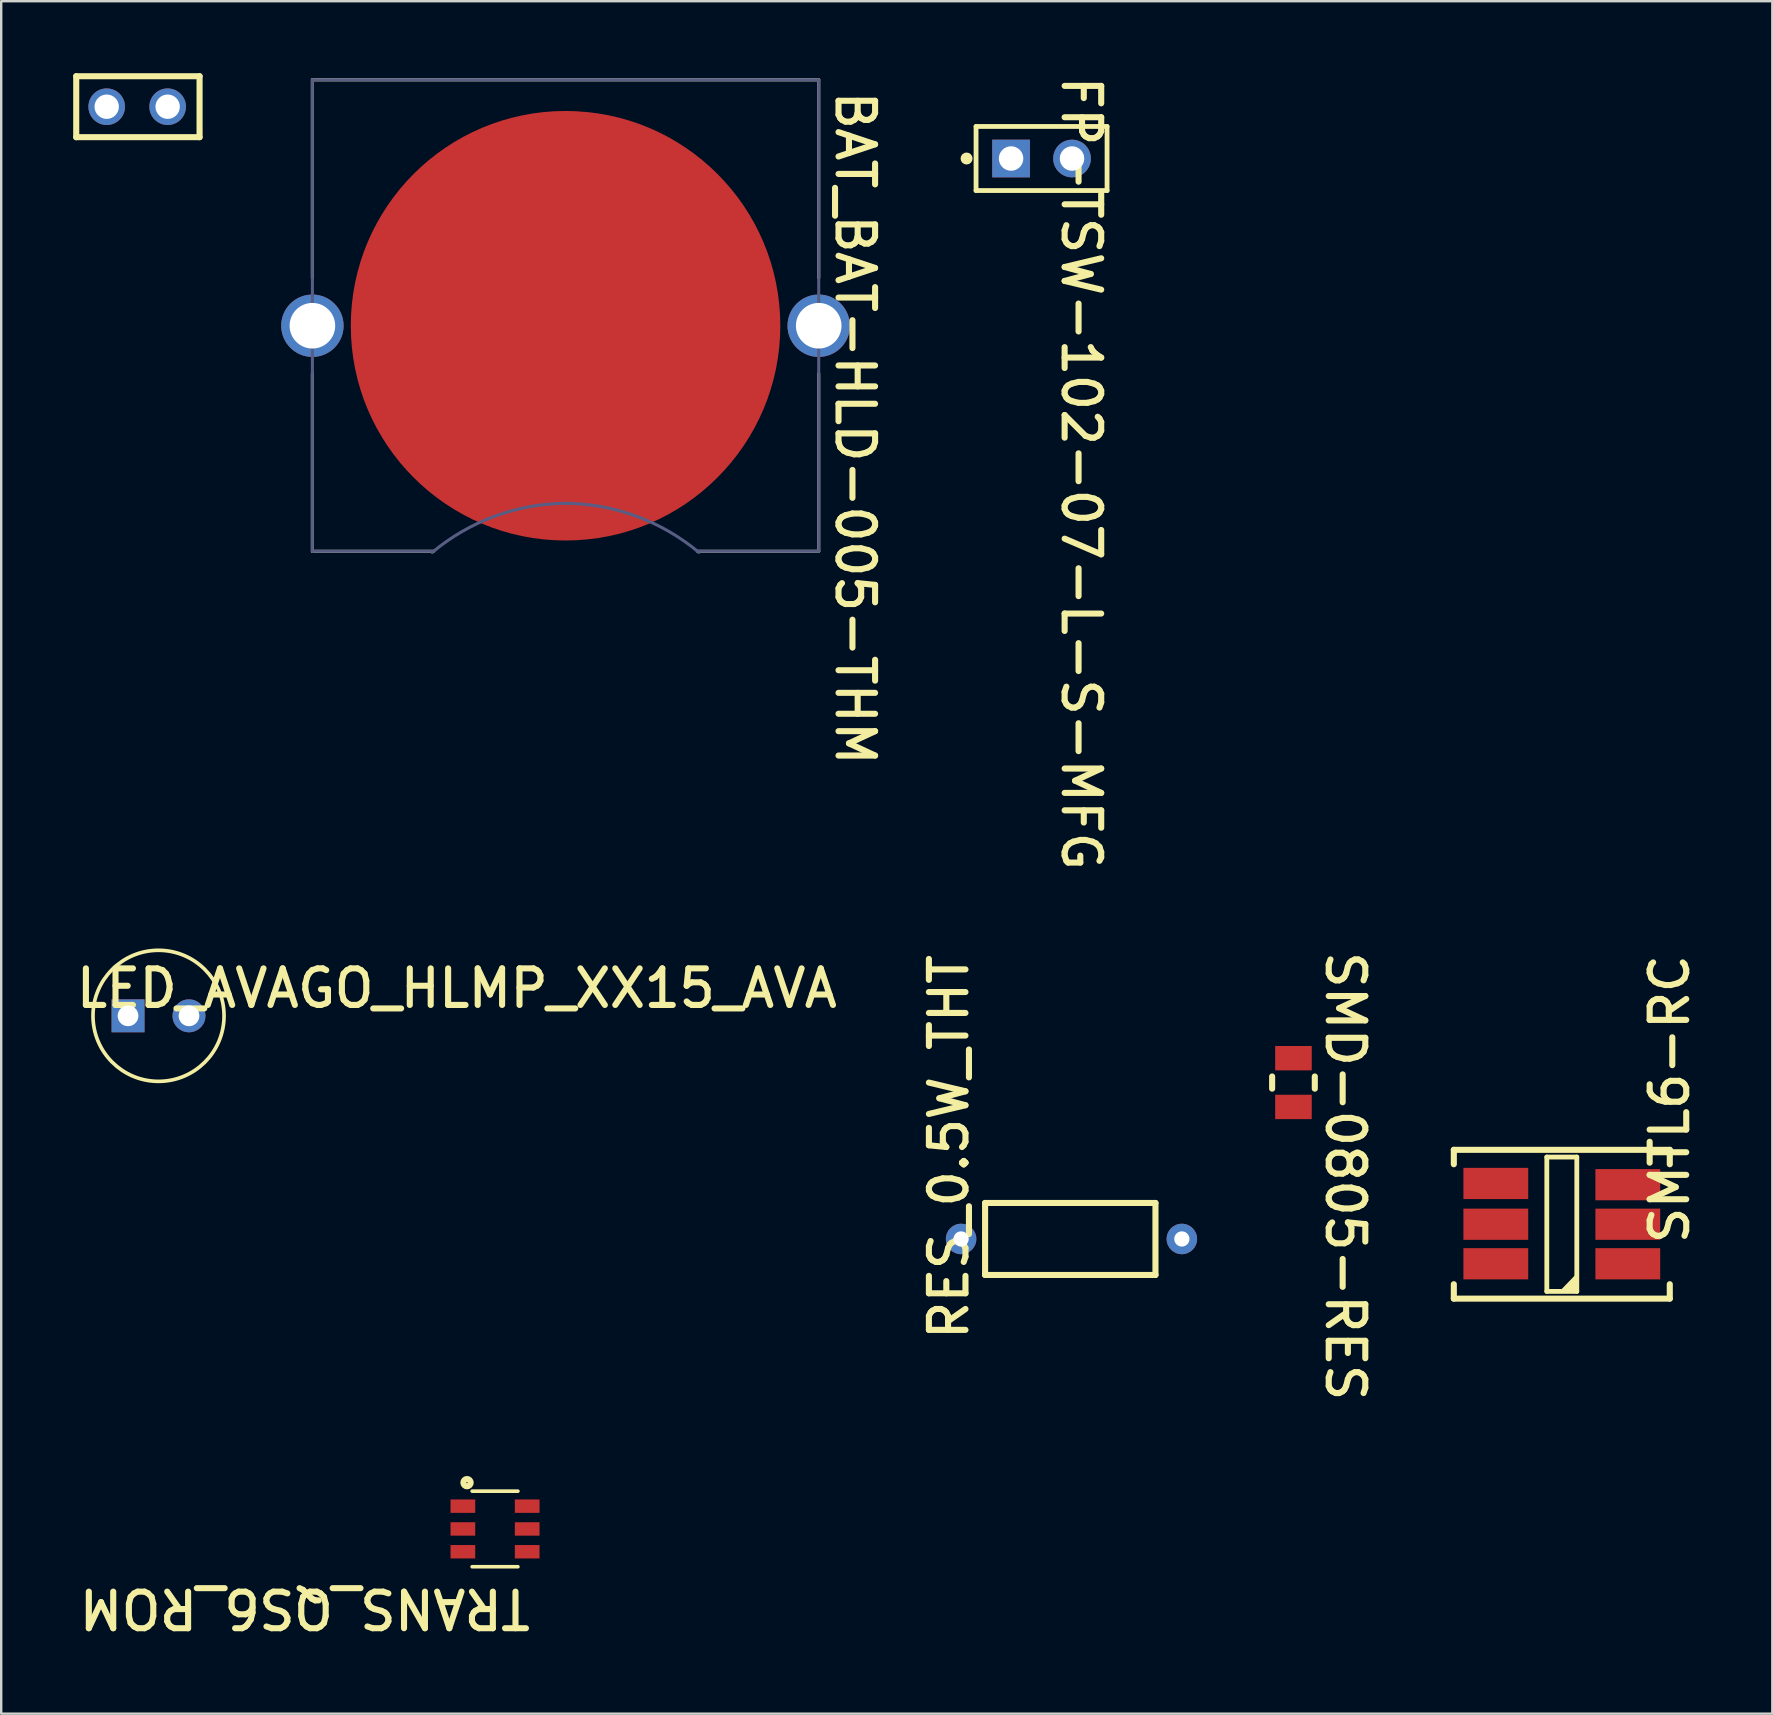
<source format=kicad_pcb>
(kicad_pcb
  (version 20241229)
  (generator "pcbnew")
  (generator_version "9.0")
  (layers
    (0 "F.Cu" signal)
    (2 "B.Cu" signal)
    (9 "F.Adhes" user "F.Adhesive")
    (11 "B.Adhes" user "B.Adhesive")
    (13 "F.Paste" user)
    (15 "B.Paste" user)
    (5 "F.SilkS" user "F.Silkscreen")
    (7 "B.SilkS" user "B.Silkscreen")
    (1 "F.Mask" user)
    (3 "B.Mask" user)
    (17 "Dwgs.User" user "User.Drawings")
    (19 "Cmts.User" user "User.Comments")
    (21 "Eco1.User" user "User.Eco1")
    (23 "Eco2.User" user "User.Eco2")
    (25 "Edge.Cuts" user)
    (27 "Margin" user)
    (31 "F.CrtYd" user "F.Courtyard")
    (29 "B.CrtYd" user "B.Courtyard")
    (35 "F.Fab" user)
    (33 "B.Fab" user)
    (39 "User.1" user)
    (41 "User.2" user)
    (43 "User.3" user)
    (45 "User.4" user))
  (footprint "SMTL6-RC"
    (layer "F.Cu")
    (at 62.037 47.969)
    (property "Reference" "SMTL6-RC" (at 5.385 0.94 90) (unlocked yes) (layer "F.SilkS") (effects (font (size 1.524 1.524) (thickness 0.254)) (justify left bottom)))
    (fp_line (start -4.5 -3.1) (end 4.5 -3.1) (stroke (width 0.254) (type solid)) (layer "F.SilkS"))
    (fp_line (start -4.5 -2.5) (end -4.5 -3.1) (stroke (width 0.254) (type solid)) (layer "F.SilkS"))
    (fp_line (start -4.5 3.1) (end -4.5 2.5) (stroke (width 0.254) (type solid)) (layer "F.SilkS"))
    (fp_line (start -4.5 3.1) (end 4.5 3.1) (stroke (width 0.254) (type solid)) (layer "F.SilkS"))
    (fp_line (start -0.625 -2.8) (end 0.625 -2.8) (stroke (width 0.2) (type solid)) (layer "F.SilkS"))
    (fp_line (start -0.625 2.8) (end -0.625 -2.8) (stroke (width 0.2) (type solid)) (layer "F.SilkS"))
    (fp_line (start -0.625 2.8) (end 0.625 2.8) (stroke (width 0.2) (type solid)) (layer "F.SilkS"))
    (fp_line (start 0.625 2.8) (end 0.625 -2.8) (stroke (width 0.2) (type solid)) (layer "F.SilkS"))
    (fp_line (start 4.5 -2.5) (end 4.5 -3.1) (stroke (width 0.254) (type solid)) (layer "F.SilkS"))
    (fp_line (start 4.5 3.1) (end 4.5 2.5) (stroke (width 0.254) (type solid)) (layer "F.SilkS"))
    (fp_poly (pts (xy 0.625 2.8) (xy -0.125 2.8) (xy -0.1 2.8) (xy 0.6 2.075) (xy 0.625 2.075)) (stroke (width 0) (type default)) (fill yes) (layer "F.SilkS"))
    (fp_line (start -3.075 -3.05) (end 3.075 -3.05) (stroke (width 0.05) (type solid)) (layer "Eco1.User"))
    (fp_line (start -3.075 3.05) (end -3.075 -3.05) (stroke (width 0.05) (type solid)) (layer "Eco1.User"))
    (fp_line (start -3.075 3.05) (end 3.075 3.05) (stroke (width 0.05) (type solid)) (layer "Eco1.User"))
    (fp_line (start -0.5 0) (end 0.5 0) (stroke (width 0.1) (type solid)) (layer "Eco1.User"))
    (fp_line (start 0 0.5) (end 0 -0.5) (stroke (width 0.1) (type solid)) (layer "Eco1.User"))
    (fp_line (start 3.075 3.05) (end 3.075 -3.05) (stroke (width 0.05) (type solid)) (layer "Eco1.User"))
    (pad "1" smd rect (at -2.75 1.648 270) (size 1.3 2.7) (layers "F.Cu" "F.Mask" "F.Paste"))
    (pad "2" smd rect (at 2.75 1.648 270) (size 1.3 2.7) (layers "F.Cu" "F.Mask" "F.Paste"))
    (pad "3" smd rect (at -2.75 0 270) (size 1.3 2.7) (layers "F.Cu" "F.Mask" "F.Paste"))
    (pad "4" smd rect (at 2.75 0 270) (size 1.3 2.7) (layers "F.Cu" "F.Mask" "F.Paste"))
    (pad "5" smd rect (at -2.75 -1.699 270) (size 1.3 2.7) (layers "F.Cu" "F.Mask" "F.Paste"))
    (pad "6" smd rect (at 2.75 -1.648 270) (size 1.3 2.7) (layers "F.Cu" "F.Mask" "F.Paste")))
  (footprint "BAT_BAT-HLD-005-THM"
    (layer "F.Cu")
    (at 20.519 10.525)
    (property "Reference" "BAT_BAT-HLD-005-THM" (at 11.176 -9.905 270) (unlocked yes) (layer "F.SilkS") (effects (font (size 1.524 1.524) (thickness 0.254)) (justify left bottom)))
    (fp_line (start -10.55 -10.25) (end -10.55 -2) (stroke (width 0.127) (type solid)) (layer "F.SilkS"))
    (fp_line (start -10.55 -10.25) (end 10.55 -10.25) (stroke (width 0.127) (type solid)) (layer "F.SilkS"))
    (fp_line (start -10.55 2) (end -10.55 9.4) (stroke (width 0.127) (type solid)) (layer "F.SilkS"))
    (fp_line (start -10.55 9.4) (end -5.5 9.4) (stroke (width 0.127) (type solid)) (layer "F.SilkS"))
    (fp_line (start 5.5 9.4) (end 10.55 9.4) (stroke (width 0.127) (type solid)) (layer "F.SilkS"))
    (fp_line (start 10.55 -10.25) (end 10.55 -2) (stroke (width 0.127) (type solid)) (layer "F.SilkS"))
    (fp_line (start 10.55 2) (end 10.55 9.4) (stroke (width 0.127) (type solid)) (layer "F.SilkS"))
    (fp_line (start -12.1 -10.5) (end -12.1 9.65) (stroke (width 0.05) (type solid)) (layer "Eco1.User"))
    (fp_line (start -12.1 -10.5) (end 12.1 -10.5) (stroke (width 0.05) (type solid)) (layer "Eco1.User"))
    (fp_line (start -12.1 9.65) (end 12.1 9.65) (stroke (width 0.05) (type solid)) (layer "Eco1.User"))
    (fp_line (start 12.1 -10.5) (end 12.1 9.65) (stroke (width 0.05) (type solid)) (layer "Eco1.User"))
    (fp_line (start -10.55 -10.25) (end -10.55 9.4) (stroke (width 0.127) (type solid)) (layer "B.Fab"))
    (fp_line (start -10.55 -10.25) (end 10.55 -10.25) (stroke (width 0.127) (type solid)) (layer "B.Fab"))
    (fp_line (start -10.55 9.4) (end -5.5 9.4) (stroke (width 0.127) (type solid)) (layer "B.Fab"))
    (fp_line (start 5.5 9.4) (end 10.55 9.4) (stroke (width 0.127) (type solid)) (layer "B.Fab"))
    (fp_line (start 10.55 -10.25) (end 10.55 9.4) (stroke (width 0.127) (type solid)) (layer "B.Fab"))
    (fp_arc (start -5.558182 9.448386) (mid -2.924454 7.927803) (end 0.07051 7.39971) (stroke (width 0.127) (type solid)) (layer "B.Fab"))
    (fp_arc (start -0.07051 7.39971) (mid 2.924454 7.927803) (end 5.558182 9.448386) (stroke (width 0.127) (type solid)) (layer "B.Fab"))
    (pad "N" smd circle (at 0 0) (size 17.9 17.9) (layers "F.Cu" "F.Mask" "F.Paste"))
    (pad "P1" thru_hole circle (at -10.55 0) (size 2.6 2.6) (drill 1.9) (layers "*.Cu" "*.Mask"))
    (pad "P2" thru_hole circle (at 10.55 0) (size 2.6 2.6) (drill 1.9) (layers "*.Cu" "*.Mask")))
  (footprint "RES_0.5W_THT"
    (layer "F.Cu")
    (at 37.003 48.583)
    (property "Reference" "RES_0.5W_THT" (at 0.382 4.318 90) (unlocked yes) (layer "F.SilkS") (effects (font (size 1.524 1.524) (thickness 0.254)) (justify left bottom)))
    (fp_line (start 1 1.5) (end 1 -1.5) (stroke (width 0.254) (type solid)) (layer "F.SilkS"))
    (fp_line (start 8.1 -1.5) (end 1 -1.5) (stroke (width 0.254) (type solid)) (layer "F.SilkS"))
    (fp_line (start 8.1 1.5) (end 1 1.5) (stroke (width 0.254) (type solid)) (layer "F.SilkS"))
    (fp_line (start 8.1 1.5) (end 8.1 -1.5) (stroke (width 0.254) (type solid)) (layer "F.SilkS"))
    (pad "1" thru_hole circle (at 0 0) (size 1.27 1.27) (drill 0.635) (layers "*.Cu" "*.Mask"))
    (pad "2" thru_hole circle (at 9.2 0) (size 1.27 1.27) (drill 0.635) (layers "*.Cu" "*.Mask")))
  (footprint "TRANS_QS6_ROM"
    (layer "F.Cu")
    (at 17.58 60.668)
    (property "Reference" "TRANS_QS6_ROM" (at 1.6 2.413 180) (unlocked yes) (layer "F.SilkS") (effects (font (size 1.524 1.524) (thickness 0.254)) (justify left bottom)))
    (fp_line (start 0.953 -1.575) (end -0.953 -1.575) (stroke (width 0.152) (type solid)) (layer "F.SilkS"))
    (fp_line (start 0.953 1.575) (end -0.953 1.575) (stroke (width 0.152) (type solid)) (layer "F.SilkS"))
    (fp_circle (center -1.168 -1.93) (end -1.168 -1.905) (stroke (width 0.254) (type solid)) (fill no) (layer "F.SilkS"))
    (fp_text user "" (at -1.911 -1.382 0) (unlocked yes) (layer "F.SilkS") (effects (font (size 1.27 1.27) (thickness 0.076)) (justify left bottom)))
    (fp_text user "" (at -0.762 -0.102 0) (unlocked yes) (layer "B.Fab") (effects (font (size 1.27 1.27) (thickness 0.076)) (justify left bottom)))
    (pad "1" smd rect (at -1.34 -0.95) (size 1.029 0.559) (layers "F.Cu" "F.Mask" "F.Paste"))
    (pad "2" smd rect (at -1.34 0) (size 1.029 0.559) (layers "F.Cu" "F.Mask" "F.Paste"))
    (pad "3" smd rect (at -1.34 0.95) (size 1.029 0.559) (layers "F.Cu" "F.Mask" "F.Paste"))
    (pad "4" smd rect (at 1.34 0.95) (size 1.029 0.559) (layers "F.Cu" "F.Mask" "F.Paste"))
    (pad "5" smd rect (at 1.34 0) (size 1.029 0.559) (layers "F.Cu" "F.Mask" "F.Paste"))
    (pad "6" smd rect (at 1.34 -0.95) (size 1.029 0.559) (layers "F.Cu" "F.Mask" "F.Paste")))
  (footprint "SMD-0805-RES"
    (layer "F.Cu")
    (at 50.854 42.065)
    (property "Reference" "SMD-0805-RES" (at 1.27 -5.588 270) (unlocked yes) (layer "F.SilkS") (effects (font (size 1.524 1.524) (thickness 0.254)) (justify left bottom)))
    (fp_line (start -0.889 -0.254) (end -0.889 0.254) (stroke (width 0.254) (type solid)) (layer "F.SilkS"))
    (fp_line (start 0.889 -0.254) (end 0.889 0.254) (stroke (width 0.254) (type solid)) (layer "F.SilkS"))
    (pad "1" smd rect (at 0 -1.016 270) (size 1.016 1.524) (layers "F.Cu" "F.Mask" "F.Paste"))
    (pad "2" smd rect (at 0 1.016 270) (size 1.016 1.524) (layers "F.Cu" "F.Mask" "F.Paste")))
  (footprint "LED_AVAGO_HLMP_XX15_AVA"
    (layer "F.Cu")
    (at 2.286 39.284)
    (property "Reference" "LED_AVAGO_HLMP_XX15_AVA" (at -2.286 -0.254 0) (unlocked yes) (layer "F.SilkS") (effects (font (size 1.524 1.524) (thickness 0.254)) (justify left bottom)))
    (fp_circle (center 1.27 0) (end 1.27 2.731) (stroke (width 0.152) (type solid)) (fill no) (layer "F.SilkS"))
    (pad "1" thru_hole rect (at 0 0 180) (size 1.372 1.372) (drill 0.864) (layers "*.Cu" "*.Mask"))
    (pad "2" thru_hole circle (at 2.54 0) (size 1.372 1.372) (drill 0.864) (layers "*.Cu" "*.Mask")))
  (footprint "1x2 Header"
    (layer "F.Cu")
    (at 2.667 1.397)
    (property "Reference" "1x2 Header" (at 3.48 -1.143 270) (unlocked yes) (layer "User.5") (effects (font (size 1.524 1.524) (thickness 0.254)) (justify left bottom)))
    (fp_line (start -2.54 -1.27) (end -2.54 1.27) (stroke (width 0.254) (type solid)) (layer "F.SilkS"))
    (fp_line (start -2.54 -1.27) (end 2.6 -1.27) (stroke (width 0.254) (type solid)) (layer "F.SilkS"))
    (fp_line (start -2.54 1.27) (end 2.6 1.27) (stroke (width 0.254) (type solid)) (layer "F.SilkS"))
    (fp_line (start 2.6 -1.27) (end 2.6 1.27) (stroke (width 0.254) (type solid)) (layer "F.SilkS"))
    (pad "1" thru_hole circle (at -1.27 0) (size 1.524 1.524) (drill 1.016) (layers "*.Cu" "*.Mask"))
    (pad "2" thru_hole circle (at 1.27 0) (size 1.524 1.524) (drill 1.016) (layers "*.Cu" "*.Mask")))
  (footprint "FP-TSW-102-07-L-S-MFG"
    (layer "F.Cu")
    (at 40.356 3.556)
    (property "Reference" "FP-TSW-102-07-L-S-MFG" (at 0.762 -3.556 270) (unlocked yes) (layer "F.SilkS") (effects (font (size 1.524 1.524) (thickness 0.254)) (justify left bottom)))
    (fp_line (start -2.73 -1.335) (end -2.73 1.335) (stroke (width 0.2) (type solid)) (layer "F.SilkS"))
    (fp_line (start -2.73 -1.335) (end 2.73 -1.335) (stroke (width 0.2) (type solid)) (layer "F.SilkS"))
    (fp_line (start -2.73 1.335) (end 2.73 1.335) (stroke (width 0.2) (type solid)) (layer "F.SilkS"))
    (fp_line (start 2.73 -1.335) (end 2.73 1.335) (stroke (width 0.2) (type solid)) (layer "F.SilkS"))
    (fp_circle (center -3.125 0) (end -3 0) (stroke (width 0.25) (type solid)) (fill no) (layer "F.SilkS"))
    (fp_line (start -0.5 0) (end 0.5 0) (stroke (width 0.1) (type solid)) (layer "Eco1.User"))
    (fp_line (start 0 -0.5) (end 0 0.5) (stroke (width 0.1) (type solid)) (layer "Eco1.User"))
    (fp_line (start -2.73 -1.335) (end -2.73 1.335) (stroke (width 0.2) (type solid)) (layer "User.2"))
    (fp_line (start -2.73 -1.335) (end 2.73 -1.335) (stroke (width 0.2) (type solid)) (layer "User.2"))
    (fp_line (start -2.73 1.335) (end 2.73 1.335) (stroke (width 0.2) (type solid)) (layer "User.2"))
    (fp_line (start 2.73 -1.335) (end 2.73 1.335) (stroke (width 0.2) (type solid)) (layer "User.2"))
    (fp_line (start -2.83 -1.435) (end -2.83 1.435) (stroke (width 0.2) (type solid)) (layer "User.3"))
    (fp_line (start -2.83 -1.435) (end 2.83 -1.435) (stroke (width 0.2) (type solid)) (layer "User.3"))
    (fp_line (start -2.83 1.435) (end 2.83 1.435) (stroke (width 0.2) (type solid)) (layer "User.3"))
    (fp_line (start 2.83 -1.435) (end 2.83 1.435) (stroke (width 0.2) (type solid)) (layer "User.3"))
    (fp_line (start -2.83 -1.435) (end -2.83 1.435) (stroke (width 0.2) (type solid)) (layer "User.5"))
    (fp_line (start -2.83 -1.435) (end 2.83 -1.435) (stroke (width 0.2) (type solid)) (layer "User.5"))
    (fp_line (start -2.83 1.435) (end 2.83 1.435) (stroke (width 0.2) (type solid)) (layer "User.5"))
    (fp_line (start 2.83 -1.435) (end 2.83 1.435) (stroke (width 0.2) (type solid)) (layer "User.5"))
    (fp_text user "${REFERENCE}" (at -0.002 -0.011 0) (unlocked yes) (layer "User.5") (effects (font (size 0.5 0.5) (thickness 0.1)) (justify left bottom)))
    (pad "1" thru_hole rect (at -1.27 0) (size 1.57 1.57) (drill 1.02) (layers "*.Cu" "*.Mask"))
    (pad "2" thru_hole circle (at 1.27 0) (size 1.57 1.57) (drill 1.02) (layers "*.Cu" "*.Mask")))
  (gr_rect
    (start -3 -3)
    (end 70.81 68.367)
    (stroke (width 0.1) (type default))
    (fill no)
    (layer "Edge.Cuts")))
</source>
